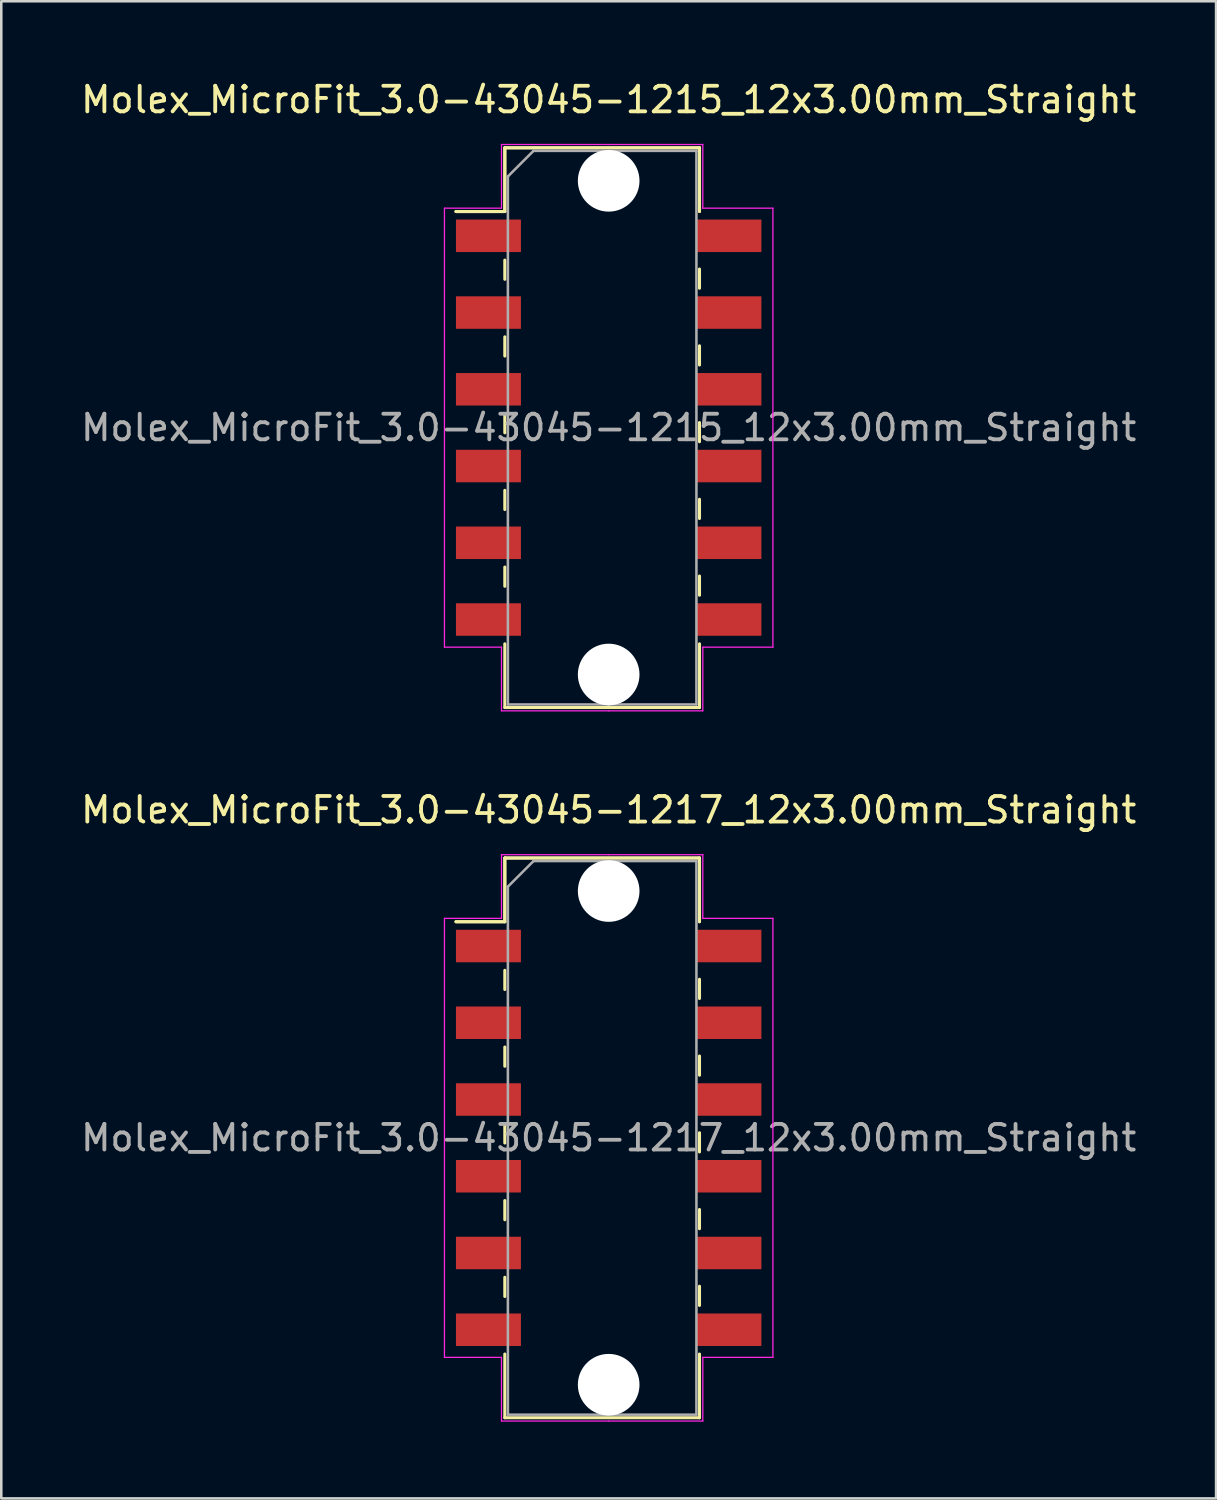
<source format=kicad_pcb>
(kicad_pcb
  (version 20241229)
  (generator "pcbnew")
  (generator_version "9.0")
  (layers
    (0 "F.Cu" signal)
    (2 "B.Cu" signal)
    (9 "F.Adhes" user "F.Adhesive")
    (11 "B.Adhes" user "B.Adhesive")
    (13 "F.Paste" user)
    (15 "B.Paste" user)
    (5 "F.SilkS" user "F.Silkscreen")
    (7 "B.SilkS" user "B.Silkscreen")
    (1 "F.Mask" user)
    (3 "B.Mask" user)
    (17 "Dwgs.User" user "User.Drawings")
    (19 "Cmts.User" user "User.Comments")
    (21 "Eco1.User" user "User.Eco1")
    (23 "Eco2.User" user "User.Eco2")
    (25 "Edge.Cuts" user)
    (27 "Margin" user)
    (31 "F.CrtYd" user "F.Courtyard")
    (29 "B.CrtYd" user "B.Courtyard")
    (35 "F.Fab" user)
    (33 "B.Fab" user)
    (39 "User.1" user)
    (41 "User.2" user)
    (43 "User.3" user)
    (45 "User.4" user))
  (footprint "Molex_MicroFit_3.0-43045-1217_12x3.00mm_Straight"
    (layer "F.Cu")
    (at 20.744 41.431)
    (property "Reference" "Molex_MicroFit_3.0-43045-1217_12x3.00mm_Straight" (at 0 -12.82 0) (layer "F.SilkS") (effects (font (size 1 1) (thickness 0.15))))
    (attr smd)
    (fp_line (start -5.97 -8.45) (end -4.06 -8.45) (stroke (width 0.12) (type solid)) (layer "F.SilkS"))
    (fp_line (start -5.97 -8.45) (end -4.06 -8.45) (stroke (width 0.12) (type solid)) (layer "F.SilkS"))
    (fp_line (start -4.06 -10.94) (end 3.55 -10.94) (stroke (width 0.12) (type solid)) (layer "F.SilkS"))
    (fp_line (start -4.06 -10.94) (end 3.55 -10.94) (stroke (width 0.12) (type solid)) (layer "F.SilkS"))
    (fp_line (start -4.06 -8.45) (end -4.06 -10.94) (stroke (width 0.12) (type solid)) (layer "F.SilkS"))
    (fp_line (start -4.06 -8.45) (end -4.06 -10.94) (stroke (width 0.12) (type solid)) (layer "F.SilkS"))
    (fp_line (start -4.06 -6.55) (end -4.06 -5.8) (stroke (width 0.12) (type solid)) (layer "F.SilkS"))
    (fp_line (start -4.06 -3.55) (end -4.06 -2.8) (stroke (width 0.12) (type solid)) (layer "F.SilkS"))
    (fp_line (start -4.06 -0.55) (end -4.06 0.2) (stroke (width 0.12) (type solid)) (layer "F.SilkS"))
    (fp_line (start -4.06 2.45) (end -4.06 3.2) (stroke (width 0.12) (type solid)) (layer "F.SilkS"))
    (fp_line (start -4.06 5.45) (end -4.06 6.2) (stroke (width 0.12) (type solid)) (layer "F.SilkS"))
    (fp_line (start -4.06 10.94) (end -4.06 8.45) (stroke (width 0.12) (type solid)) (layer "F.SilkS"))
    (fp_line (start 3.55 -10.94) (end 3.55 -8.45) (stroke (width 0.12) (type solid)) (layer "F.SilkS"))
    (fp_line (start 3.55 -10.94) (end 3.55 -8.45) (stroke (width 0.12) (type solid)) (layer "F.SilkS"))
    (fp_line (start 3.55 -5.45) (end 3.55 -6.2) (stroke (width 0.12) (type solid)) (layer "F.SilkS"))
    (fp_line (start 3.55 -2.45) (end 3.55 -3.2) (stroke (width 0.12) (type solid)) (layer "F.SilkS"))
    (fp_line (start 3.55 0.55) (end 3.55 -0.2) (stroke (width 0.12) (type solid)) (layer "F.SilkS"))
    (fp_line (start 3.55 3.55) (end 3.55 2.8) (stroke (width 0.12) (type solid)) (layer "F.SilkS"))
    (fp_line (start 3.55 6.55) (end 3.55 5.8) (stroke (width 0.12) (type solid)) (layer "F.SilkS"))
    (fp_line (start 3.55 8.45) (end 3.55 10.94) (stroke (width 0.12) (type solid)) (layer "F.SilkS"))
    (fp_line (start 3.55 10.94) (end -4.06 10.94) (stroke (width 0.12) (type solid)) (layer "F.SilkS"))
    (fp_line (start -6.42 -8.58) (end -4.19 -8.58) (stroke (width 0.05) (type solid)) (layer "F.CrtYd"))
    (fp_line (start -6.42 8.58) (end -6.42 -8.58) (stroke (width 0.05) (type solid)) (layer "F.CrtYd"))
    (fp_line (start -4.19 -11.07) (end 0 -11.07) (stroke (width 0.05) (type solid)) (layer "F.CrtYd"))
    (fp_line (start -4.19 -8.58) (end -4.19 -11.07) (stroke (width 0.05) (type solid)) (layer "F.CrtYd"))
    (fp_line (start -4.19 8.58) (end -6.42 8.58) (stroke (width 0.05) (type solid)) (layer "F.CrtYd"))
    (fp_line (start -4.19 11.07) (end -4.19 8.58) (stroke (width 0.05) (type solid)) (layer "F.CrtYd"))
    (fp_line (start 0 -11.07) (end 3.68 -11.07) (stroke (width 0.05) (type solid)) (layer "F.CrtYd"))
    (fp_line (start 0 11.07) (end -4.19 11.07) (stroke (width 0.05) (type solid)) (layer "F.CrtYd"))
    (fp_line (start 3.68 -11.07) (end 3.68 -8.58) (stroke (width 0.05) (type solid)) (layer "F.CrtYd"))
    (fp_line (start 3.68 -8.58) (end 6.42 -8.58) (stroke (width 0.05) (type solid)) (layer "F.CrtYd"))
    (fp_line (start 3.68 8.58) (end 3.68 11.07) (stroke (width 0.05) (type solid)) (layer "F.CrtYd"))
    (fp_line (start 3.68 11.07) (end 0 11.07) (stroke (width 0.05) (type solid)) (layer "F.CrtYd"))
    (fp_line (start 6.42 -8.58) (end 6.42 8.58) (stroke (width 0.05) (type solid)) (layer "F.CrtYd"))
    (fp_line (start 6.42 8.58) (end 3.68 8.58) (stroke (width 0.05) (type solid)) (layer "F.CrtYd"))
    (fp_line (start -3.94 -9.82) (end -2.94 -10.82) (stroke (width 0.1) (type solid)) (layer "F.Fab"))
    (fp_line (start -3.94 10.82) (end -3.94 -9.82) (stroke (width 0.1) (type solid)) (layer "F.Fab"))
    (fp_line (start -2.94 -10.82) (end 0 -10.82) (stroke (width 0.1) (type solid)) (layer "F.Fab"))
    (fp_line (start 0 -10.82) (end 3.43 -10.82) (stroke (width 0.1) (type solid)) (layer "F.Fab"))
    (fp_line (start 0 10.82) (end -3.94 10.82) (stroke (width 0.1) (type solid)) (layer "F.Fab"))
    (fp_line (start 3.43 -10.82) (end 3.43 10.82) (stroke (width 0.1) (type solid)) (layer "F.Fab"))
    (fp_line (start 3.43 10.82) (end 0 10.82) (stroke (width 0.1) (type solid)) (layer "F.Fab"))
    (fp_text user "${REFERENCE}" (at 0 0 0) (layer "F.Fab") (effects (font (size 1 1) (thickness 0.15))))
    (pad "" np_thru_hole circle (at 0 -9.65) (size 2.41 2.41) (drill 2.41) (layers "*.Cu"))
    (pad "" np_thru_hole circle (at 0 9.65) (size 2.41 2.41) (drill 2.41) (layers "*.Cu"))
    (pad "1" smd rect (at -4.7 -7.5) (size 2.54 1.27) (layers "F.Cu" "F.Mask" "F.Paste"))
    (pad "2" smd rect (at -4.7 -4.5) (size 2.54 1.27) (layers "F.Cu" "F.Mask" "F.Paste"))
    (pad "3" smd rect (at -4.7 -1.5) (size 2.54 1.27) (layers "F.Cu" "F.Mask" "F.Paste"))
    (pad "4" smd rect (at -4.7 1.5) (size 2.54 1.27) (layers "F.Cu" "F.Mask" "F.Paste"))
    (pad "5" smd rect (at -4.7 4.5) (size 2.54 1.27) (layers "F.Cu" "F.Mask" "F.Paste"))
    (pad "6" smd rect (at -4.7 7.5) (size 2.54 1.27) (layers "F.Cu" "F.Mask" "F.Paste"))
    (pad "7" smd rect (at 4.7 7.5) (size 2.54 1.27) (layers "F.Cu" "F.Mask" "F.Paste"))
    (pad "8" smd rect (at 4.7 4.5) (size 2.54 1.27) (layers "F.Cu" "F.Mask" "F.Paste"))
    (pad "9" smd rect (at 4.7 1.5) (size 2.54 1.27) (layers "F.Cu" "F.Mask" "F.Paste"))
    (pad "10" smd rect (at 4.7 -1.5) (size 2.54 1.27) (layers "F.Cu" "F.Mask" "F.Paste"))
    (pad "11" smd rect (at 4.7 -4.5) (size 2.54 1.27) (layers "F.Cu" "F.Mask" "F.Paste"))
    (pad "12" smd rect (at 4.7 -7.5) (size 2.54 1.27) (layers "F.Cu" "F.Mask" "F.Paste")))
  (footprint "Molex_MicroFit_3.0-43045-1215_12x3.00mm_Straight"
    (layer "F.Cu")
    (at 20.744 13.668)
    (property "Reference" "Molex_MicroFit_3.0-43045-1215_12x3.00mm_Straight" (at 0 -12.82 0) (layer "F.SilkS") (effects (font (size 1 1) (thickness 0.15))))
    (attr smd)
    (fp_line (start -5.97 -8.45) (end -4.06 -8.45) (stroke (width 0.12) (type solid)) (layer "F.SilkS"))
    (fp_line (start -5.97 -8.45) (end -4.06 -8.45) (stroke (width 0.12) (type solid)) (layer "F.SilkS"))
    (fp_line (start -4.06 -10.94) (end 3.55 -10.94) (stroke (width 0.12) (type solid)) (layer "F.SilkS"))
    (fp_line (start -4.06 -10.94) (end 3.55 -10.94) (stroke (width 0.12) (type solid)) (layer "F.SilkS"))
    (fp_line (start -4.06 -8.45) (end -4.06 -10.94) (stroke (width 0.12) (type solid)) (layer "F.SilkS"))
    (fp_line (start -4.06 -8.45) (end -4.06 -10.94) (stroke (width 0.12) (type solid)) (layer "F.SilkS"))
    (fp_line (start -4.06 -6.55) (end -4.06 -5.8) (stroke (width 0.12) (type solid)) (layer "F.SilkS"))
    (fp_line (start -4.06 -3.55) (end -4.06 -2.8) (stroke (width 0.12) (type solid)) (layer "F.SilkS"))
    (fp_line (start -4.06 -0.55) (end -4.06 0.2) (stroke (width 0.12) (type solid)) (layer "F.SilkS"))
    (fp_line (start -4.06 2.45) (end -4.06 3.2) (stroke (width 0.12) (type solid)) (layer "F.SilkS"))
    (fp_line (start -4.06 5.45) (end -4.06 6.2) (stroke (width 0.12) (type solid)) (layer "F.SilkS"))
    (fp_line (start -4.06 10.94) (end -4.06 8.45) (stroke (width 0.12) (type solid)) (layer "F.SilkS"))
    (fp_line (start 3.55 -10.94) (end 3.55 -8.45) (stroke (width 0.12) (type solid)) (layer "F.SilkS"))
    (fp_line (start 3.55 -10.94) (end 3.55 -8.45) (stroke (width 0.12) (type solid)) (layer "F.SilkS"))
    (fp_line (start 3.55 -5.45) (end 3.55 -6.2) (stroke (width 0.12) (type solid)) (layer "F.SilkS"))
    (fp_line (start 3.55 -2.45) (end 3.55 -3.2) (stroke (width 0.12) (type solid)) (layer "F.SilkS"))
    (fp_line (start 3.55 0.55) (end 3.55 -0.2) (stroke (width 0.12) (type solid)) (layer "F.SilkS"))
    (fp_line (start 3.55 3.55) (end 3.55 2.8) (stroke (width 0.12) (type solid)) (layer "F.SilkS"))
    (fp_line (start 3.55 6.55) (end 3.55 5.8) (stroke (width 0.12) (type solid)) (layer "F.SilkS"))
    (fp_line (start 3.55 8.45) (end 3.55 10.94) (stroke (width 0.12) (type solid)) (layer "F.SilkS"))
    (fp_line (start 3.55 10.94) (end -4.06 10.94) (stroke (width 0.12) (type solid)) (layer "F.SilkS"))
    (fp_line (start -6.42 -8.58) (end -4.19 -8.58) (stroke (width 0.05) (type solid)) (layer "F.CrtYd"))
    (fp_line (start -6.42 8.58) (end -6.42 -8.58) (stroke (width 0.05) (type solid)) (layer "F.CrtYd"))
    (fp_line (start -4.19 -11.07) (end 0 -11.07) (stroke (width 0.05) (type solid)) (layer "F.CrtYd"))
    (fp_line (start -4.19 -8.58) (end -4.19 -11.07) (stroke (width 0.05) (type solid)) (layer "F.CrtYd"))
    (fp_line (start -4.19 8.58) (end -6.42 8.58) (stroke (width 0.05) (type solid)) (layer "F.CrtYd"))
    (fp_line (start -4.19 11.07) (end -4.19 8.58) (stroke (width 0.05) (type solid)) (layer "F.CrtYd"))
    (fp_line (start 0 -11.07) (end 3.68 -11.07) (stroke (width 0.05) (type solid)) (layer "F.CrtYd"))
    (fp_line (start 0 11.07) (end -4.19 11.07) (stroke (width 0.05) (type solid)) (layer "F.CrtYd"))
    (fp_line (start 3.68 -11.07) (end 3.68 -8.58) (stroke (width 0.05) (type solid)) (layer "F.CrtYd"))
    (fp_line (start 3.68 -8.58) (end 6.42 -8.58) (stroke (width 0.05) (type solid)) (layer "F.CrtYd"))
    (fp_line (start 3.68 8.58) (end 3.68 11.07) (stroke (width 0.05) (type solid)) (layer "F.CrtYd"))
    (fp_line (start 3.68 11.07) (end 0 11.07) (stroke (width 0.05) (type solid)) (layer "F.CrtYd"))
    (fp_line (start 6.42 -8.58) (end 6.42 8.58) (stroke (width 0.05) (type solid)) (layer "F.CrtYd"))
    (fp_line (start 6.42 8.58) (end 3.68 8.58) (stroke (width 0.05) (type solid)) (layer "F.CrtYd"))
    (fp_line (start -3.94 -9.82) (end -2.94 -10.82) (stroke (width 0.1) (type solid)) (layer "F.Fab"))
    (fp_line (start -3.94 10.82) (end -3.94 -9.82) (stroke (width 0.1) (type solid)) (layer "F.Fab"))
    (fp_line (start -2.94 -10.82) (end 0 -10.82) (stroke (width 0.1) (type solid)) (layer "F.Fab"))
    (fp_line (start 0 -10.82) (end 3.43 -10.82) (stroke (width 0.1) (type solid)) (layer "F.Fab"))
    (fp_line (start 0 10.82) (end -3.94 10.82) (stroke (width 0.1) (type solid)) (layer "F.Fab"))
    (fp_line (start 3.43 -10.82) (end 3.43 10.82) (stroke (width 0.1) (type solid)) (layer "F.Fab"))
    (fp_line (start 3.43 10.82) (end 0 10.82) (stroke (width 0.1) (type solid)) (layer "F.Fab"))
    (fp_text user "${REFERENCE}" (at 0 0 0) (layer "F.Fab") (effects (font (size 1 1) (thickness 0.15))))
    (pad "" np_thru_hole circle (at 0 -9.65) (size 2.41 2.41) (drill 2.41) (layers "*.Cu"))
    (pad "" np_thru_hole circle (at 0 9.65) (size 2.41 2.41) (drill 2.41) (layers "*.Cu"))
    (pad "1" smd rect (at -4.7 -7.5) (size 2.54 1.27) (layers "F.Cu" "F.Mask" "F.Paste"))
    (pad "2" smd rect (at -4.7 -4.5) (size 2.54 1.27) (layers "F.Cu" "F.Mask" "F.Paste"))
    (pad "3" smd rect (at -4.7 -1.5) (size 2.54 1.27) (layers "F.Cu" "F.Mask" "F.Paste"))
    (pad "4" smd rect (at -4.7 1.5) (size 2.54 1.27) (layers "F.Cu" "F.Mask" "F.Paste"))
    (pad "5" smd rect (at -4.7 4.5) (size 2.54 1.27) (layers "F.Cu" "F.Mask" "F.Paste"))
    (pad "6" smd rect (at -4.7 7.5) (size 2.54 1.27) (layers "F.Cu" "F.Mask" "F.Paste"))
    (pad "7" smd rect (at 4.7 7.5) (size 2.54 1.27) (layers "F.Cu" "F.Mask" "F.Paste"))
    (pad "8" smd rect (at 4.7 4.5) (size 2.54 1.27) (layers "F.Cu" "F.Mask" "F.Paste"))
    (pad "9" smd rect (at 4.7 1.5) (size 2.54 1.27) (layers "F.Cu" "F.Mask" "F.Paste"))
    (pad "10" smd rect (at 4.7 -1.5) (size 2.54 1.27) (layers "F.Cu" "F.Mask" "F.Paste"))
    (pad "11" smd rect (at 4.7 -4.5) (size 2.54 1.27) (layers "F.Cu" "F.Mask" "F.Paste"))
    (pad "12" smd rect (at 4.7 -7.5) (size 2.54 1.27) (layers "F.Cu" "F.Mask" "F.Paste")))
  (gr_rect
    (start -3 -3)
    (end 44.488 55.526)
    (stroke (width 0.1) (type default))
    (fill no)
    (layer "Edge.Cuts")))
</source>
